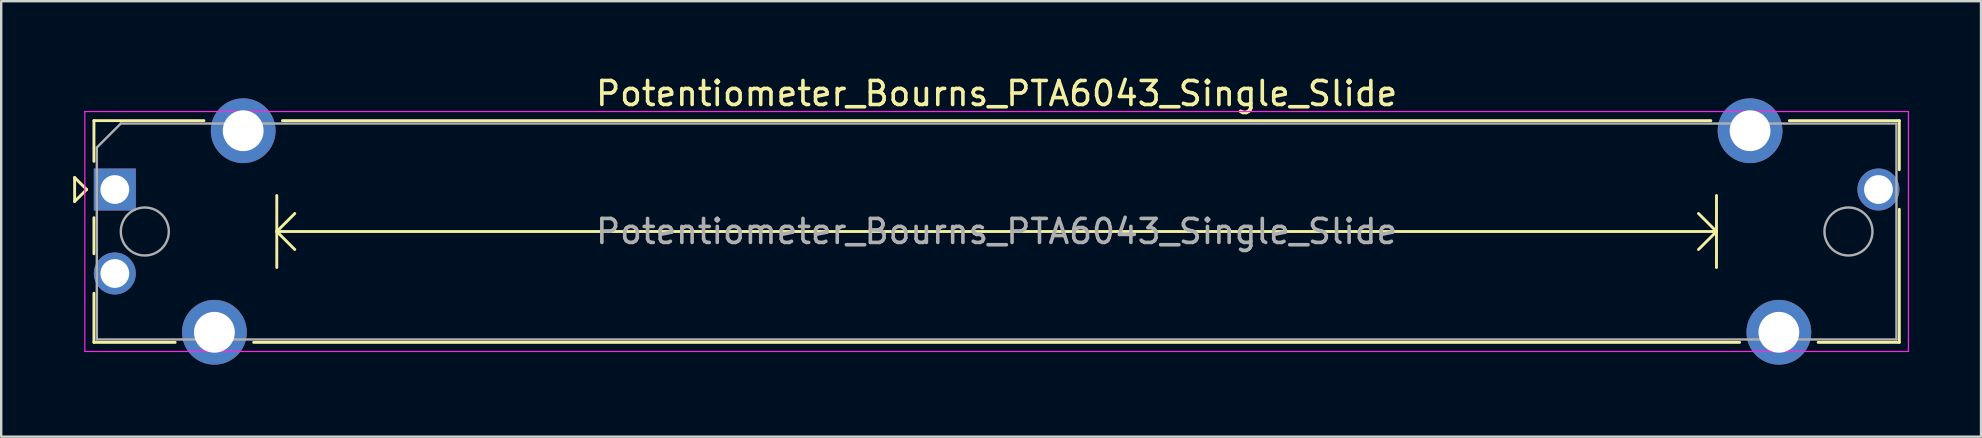
<source format=kicad_pcb>
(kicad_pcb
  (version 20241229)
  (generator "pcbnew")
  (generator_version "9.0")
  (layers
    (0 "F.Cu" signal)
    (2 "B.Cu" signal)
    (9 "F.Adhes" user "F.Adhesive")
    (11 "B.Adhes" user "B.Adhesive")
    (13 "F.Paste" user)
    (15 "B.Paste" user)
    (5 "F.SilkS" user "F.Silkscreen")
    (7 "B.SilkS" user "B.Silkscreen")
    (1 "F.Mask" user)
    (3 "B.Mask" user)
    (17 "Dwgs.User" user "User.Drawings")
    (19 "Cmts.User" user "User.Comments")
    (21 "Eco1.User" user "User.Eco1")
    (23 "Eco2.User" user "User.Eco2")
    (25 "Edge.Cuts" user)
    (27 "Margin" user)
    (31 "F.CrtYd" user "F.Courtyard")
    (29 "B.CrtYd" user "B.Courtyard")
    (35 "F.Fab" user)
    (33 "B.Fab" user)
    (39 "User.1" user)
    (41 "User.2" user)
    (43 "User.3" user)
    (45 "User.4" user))
  (footprint "Potentiometer_Bourns_PTA6043_Single_Slide"
    (layer "F.Cu")
    (at 38.485 6.598)
    (property "Reference" "Potentiometer_Bourns_PTA6043_Single_Slide" (at 0 -5.75 0) (layer "F.SilkS") (effects (font (size 1 1) (thickness 0.15))))
    (attr through_hole)
    (fp_line (start -38.425 -2.25) (end -38.425 -1.25) (stroke (width 0.12) (type solid)) (layer "F.SilkS"))
    (fp_line (start -38.425 -1.25) (end -37.925 -1.75) (stroke (width 0.12) (type solid)) (layer "F.SilkS"))
    (fp_line (start -37.925 -1.75) (end -38.425 -2.25) (stroke (width 0.12) (type solid)) (layer "F.SilkS"))
    (fp_line (start -37.62 -4.62) (end -37.62 -2.925) (stroke (width 0.12) (type solid)) (layer "F.SilkS"))
    (fp_line (start -37.62 -4.62) (end -33.035 -4.62) (stroke (width 0.12) (type solid)) (layer "F.SilkS"))
    (fp_line (start -37.62 -0.575) (end -37.62 0.928) (stroke (width 0.12) (type solid)) (layer "F.SilkS"))
    (fp_line (start -37.62 2.573) (end -37.62 4.62) (stroke (width 0.12) (type solid)) (layer "F.SilkS"))
    (fp_line (start -37.62 4.62) (end -34.235 4.62) (stroke (width 0.12) (type solid)) (layer "F.SilkS"))
    (fp_line (start -30.964 4.62) (end 30.965 4.62) (stroke (width 0.12) (type solid)) (layer "F.SilkS"))
    (fp_line (start -30 -1.5) (end -30 1.5) (stroke (width 0.12) (type solid)) (layer "F.SilkS"))
    (fp_line (start -30 0) (end -29.25 0.75) (stroke (width 0.12) (type solid)) (layer "F.SilkS"))
    (fp_line (start -30 0) (end 30 0) (stroke (width 0.12) (type solid)) (layer "F.SilkS"))
    (fp_line (start -29.764 -4.62) (end 29.765 -4.62) (stroke (width 0.12) (type solid)) (layer "F.SilkS"))
    (fp_line (start -29.25 -0.75) (end -30 0) (stroke (width 0.12) (type solid)) (layer "F.SilkS"))
    (fp_line (start 29.25 -0.75) (end 30 0) (stroke (width 0.12) (type solid)) (layer "F.SilkS"))
    (fp_line (start 30 -1.5) (end 30 1.5) (stroke (width 0.12) (type solid)) (layer "F.SilkS"))
    (fp_line (start 30 0) (end 29.25 0.75) (stroke (width 0.12) (type solid)) (layer "F.SilkS"))
    (fp_line (start 33.036 -4.62) (end 37.62 -4.62) (stroke (width 0.12) (type solid)) (layer "F.SilkS"))
    (fp_line (start 34.236 4.62) (end 37.62 4.62) (stroke (width 0.12) (type solid)) (layer "F.SilkS"))
    (fp_line (start 37.62 -4.62) (end 37.62 -2.573) (stroke (width 0.12) (type solid)) (layer "F.SilkS"))
    (fp_line (start 37.62 -0.927) (end 37.62 4.62) (stroke (width 0.12) (type solid)) (layer "F.SilkS"))
    (fp_line (start -38 -5) (end -38 5) (stroke (width 0.05) (type solid)) (layer "F.CrtYd"))
    (fp_line (start -38 5) (end 38 5) (stroke (width 0.05) (type solid)) (layer "F.CrtYd"))
    (fp_line (start 38 -5) (end -38 -5) (stroke (width 0.05) (type solid)) (layer "F.CrtYd"))
    (fp_line (start 38 5) (end 38 -5) (stroke (width 0.05) (type solid)) (layer "F.CrtYd"))
    (fp_line (start -37.5 -3.5) (end -36.5 -4.5) (stroke (width 0.1) (type solid)) (layer "F.Fab"))
    (fp_line (start -37.5 4.5) (end -37.5 -3.5) (stroke (width 0.1) (type solid)) (layer "F.Fab"))
    (fp_line (start -36.5 -4.5) (end 37.5 -4.5) (stroke (width 0.1) (type solid)) (layer "F.Fab"))
    (fp_line (start 37.5 -4.5) (end 37.5 4.5) (stroke (width 0.1) (type solid)) (layer "F.Fab"))
    (fp_line (start 37.5 4.5) (end -37.5 4.5) (stroke (width 0.1) (type solid)) (layer "F.Fab"))
    (fp_circle (center -35.5 0) (end -34.5 0) (stroke (width 0.1) (type solid)) (fill no) (layer "F.Fab"))
    (fp_circle (center 35.5 0) (end 36.5 0) (stroke (width 0.1) (type solid)) (fill no) (layer "F.Fab"))
    (fp_text user "${REFERENCE}" (at 0 0 0) (layer "F.Fab") (effects (font (size 1 1) (thickness 0.15))))
    (pad "1" thru_hole rect (at -36.75 -1.75) (size 1.75 1.75) (drill 1.2) (layers "*.Cu" "*.Mask"))
    (pad "2" thru_hole circle (at -36.75 1.75) (size 1.75 1.75) (drill 1.2) (layers "*.Cu" "*.Mask"))
    (pad "3" thru_hole circle (at 36.75 -1.75) (size 1.75 1.75) (drill 1.2) (layers "*.Cu" "*.Mask"))
    (pad "MP" thru_hole circle (at -32.6 4.2) (size 2.7 2.7) (drill 1.7) (layers "*.Cu" "*.Mask"))
    (pad "MP" thru_hole circle (at -31.4 -4.2) (size 2.7 2.7) (drill 1.7) (layers "*.Cu" "*.Mask"))
    (pad "MP" thru_hole circle (at 31.4 -4.2) (size 2.7 2.7) (drill 1.7) (layers "*.Cu" "*.Mask"))
    (pad "MP" thru_hole circle (at 32.6 4.2) (size 2.7 2.7) (drill 1.7) (layers "*.Cu" "*.Mask")))
  (gr_rect
    (start -3 -3)
    (end 79.51 15.148)
    (stroke (width 0.1) (type default))
    (fill no)
    (layer "Edge.Cuts")))
</source>
